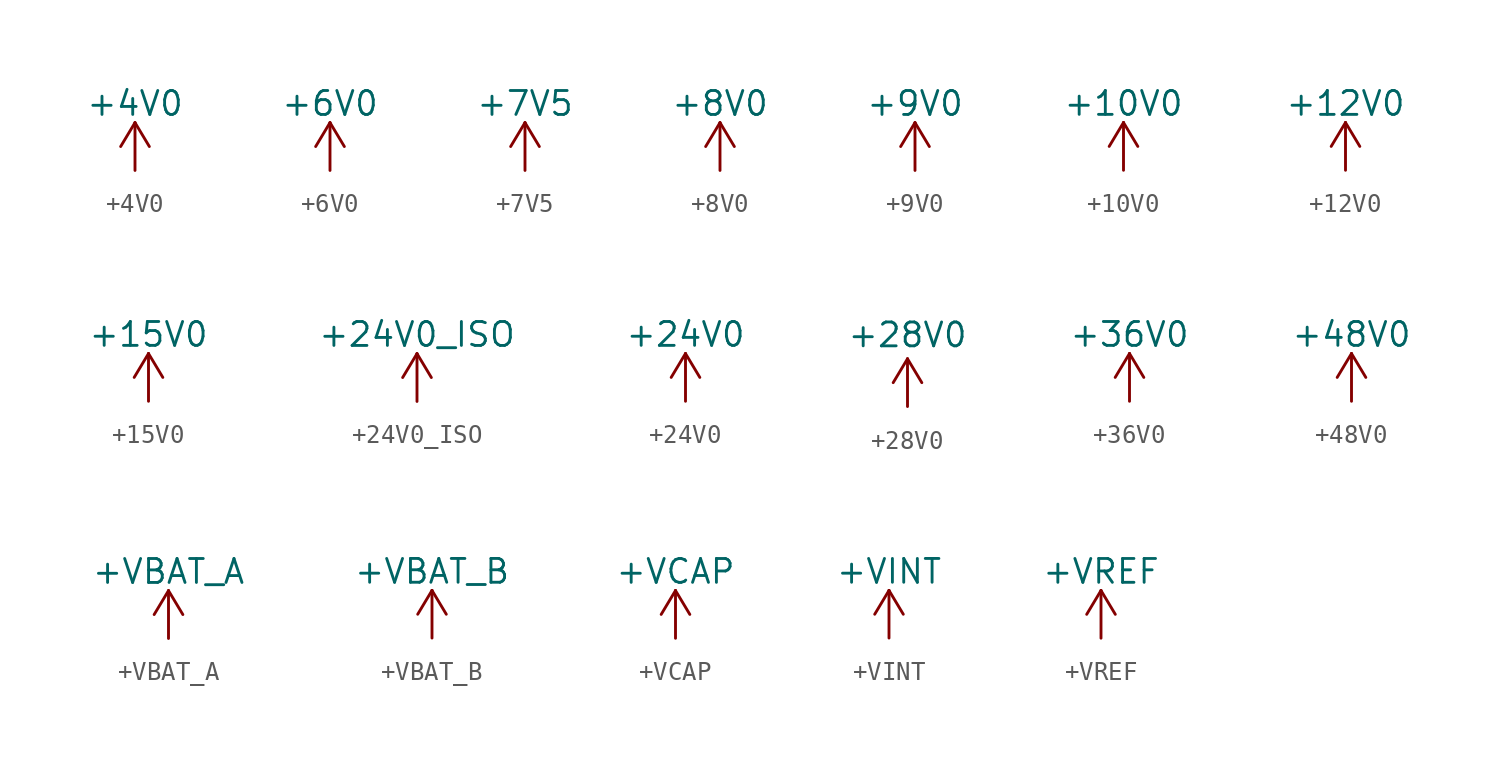
<source format=kicad_sym>
(kicad_symbol_lib
  (version 20211014)
  (generator kicad_symbol_editor)
  (symbol "+4V0"
    (power)
    (pin_names
      (offset 0))
    (property "Reference" "#PWR"
      (at 0 -3.81 0)
      (effects (font (size 1.27 1.27)) hide))
    (property "Value" "+4V0"
      (at 0 3.556 0)
      (effects (font (size 1.27 1.27))))
    (symbol "+4V0_0_1"
      (polyline (pts (xy -0.762 1.27) (xy 0 2.54)) (stroke (width 0) (type default) (color 0 0 0 0)) (fill (type none)))
      (polyline (pts (xy 0 0) (xy 0 2.54)) (stroke (width 0) (type default) (color 0 0 0 0)) (fill (type none)))
      (polyline (pts (xy 0 2.54) (xy 0.762 1.27)) (stroke (width 0) (type default) (color 0 0 0 0)) (fill (type none))))
    (symbol "+4V0_1_1"
      (pin power_in line (at 0 0 90) (length 0) hide (name "+4V" (effects (font (size 1.27 1.27)))) (number "1" (effects (font (size 1.27 1.27)))))))
  (symbol "+6V0"
    (power)
    (pin_names
      (offset 0))
    (property "Reference" "#PWR"
      (at 0 -3.81 0)
      (effects (font (size 1.27 1.27)) hide))
    (property "Value" "+6V0"
      (at 0 3.556 0)
      (effects (font (size 1.27 1.27))))
    (symbol "+6V0_0_1"
      (polyline (pts (xy -0.762 1.27) (xy 0 2.54)) (stroke (width 0) (type default) (color 0 0 0 0)) (fill (type none)))
      (polyline (pts (xy 0 0) (xy 0 2.54)) (stroke (width 0) (type default) (color 0 0 0 0)) (fill (type none)))
      (polyline (pts (xy 0 2.54) (xy 0.762 1.27)) (stroke (width 0) (type default) (color 0 0 0 0)) (fill (type none))))
    (symbol "+6V0_1_1"
      (pin power_in line (at 0 0 90) (length 0) hide (name "+6V" (effects (font (size 1.27 1.27)))) (number "1" (effects (font (size 1.27 1.27)))))))
  (symbol "+7V5"
    (power)
    (pin_names
      (offset 0))
    (property "Reference" "#PWR"
      (at 0 -3.81 0)
      (effects (font (size 1.27 1.27)) hide))
    (property "Value" "+7V5"
      (at 0 3.556 0)
      (effects (font (size 1.27 1.27))))
    (symbol "+7V5_0_1"
      (polyline (pts (xy -0.762 1.27) (xy 0 2.54)) (stroke (width 0) (type default) (color 0 0 0 0)) (fill (type none)))
      (polyline (pts (xy 0 0) (xy 0 2.54)) (stroke (width 0) (type default) (color 0 0 0 0)) (fill (type none)))
      (polyline (pts (xy 0 2.54) (xy 0.762 1.27)) (stroke (width 0) (type default) (color 0 0 0 0)) (fill (type none))))
    (symbol "+7V5_1_1"
      (pin power_in line (at 0 0 90) (length 0) hide (name "+7.5V" (effects (font (size 1.27 1.27)))) (number "1" (effects (font (size 1.27 1.27)))))))
  (symbol "+8V0"
    (power)
    (pin_names
      (offset 0))
    (property "Reference" "#PWR"
      (at 0 -3.81 0)
      (effects (font (size 1.27 1.27)) hide))
    (property "Value" "+8V0"
      (at 0 3.556 0)
      (effects (font (size 1.27 1.27))))
    (symbol "+8V0_0_1"
      (polyline (pts (xy -0.762 1.27) (xy 0 2.54)) (stroke (width 0) (type default) (color 0 0 0 0)) (fill (type none)))
      (polyline (pts (xy 0 0) (xy 0 2.54)) (stroke (width 0) (type default) (color 0 0 0 0)) (fill (type none)))
      (polyline (pts (xy 0 2.54) (xy 0.762 1.27)) (stroke (width 0) (type default) (color 0 0 0 0)) (fill (type none))))
    (symbol "+8V0_1_1"
      (pin power_in line (at 0 0 90) (length 0) hide (name "+8V" (effects (font (size 1.27 1.27)))) (number "1" (effects (font (size 1.27 1.27)))))))
  (symbol "+9V0"
    (power)
    (pin_names
      (offset 0))
    (property "Reference" "#PWR"
      (at 0 -3.81 0)
      (effects (font (size 1.27 1.27)) hide))
    (property "Value" "+9V0"
      (at 0 3.556 0)
      (effects (font (size 1.27 1.27))))
    (symbol "+9V0_0_1"
      (polyline (pts (xy -0.762 1.27) (xy 0 2.54)) (stroke (width 0) (type default) (color 0 0 0 0)) (fill (type none)))
      (polyline (pts (xy 0 0) (xy 0 2.54)) (stroke (width 0) (type default) (color 0 0 0 0)) (fill (type none)))
      (polyline (pts (xy 0 2.54) (xy 0.762 1.27)) (stroke (width 0) (type default) (color 0 0 0 0)) (fill (type none))))
    (symbol "+9V0_1_1"
      (pin power_in line (at 0 0 90) (length 0) hide (name "+9V" (effects (font (size 1.27 1.27)))) (number "1" (effects (font (size 1.27 1.27)))))))
  (symbol "+10V0"
    (power)
    (pin_names
      (offset 0))
    (property "Reference" "#PWR"
      (at 0 -3.81 0)
      (effects (font (size 1.27 1.27)) hide))
    (property "Value" "+10V0"
      (at 0 3.556 0)
      (effects (font (size 1.27 1.27))))
    (symbol "+10V0_0_1"
      (polyline (pts (xy -0.762 1.27) (xy 0 2.54)) (stroke (width 0) (type default) (color 0 0 0 0)) (fill (type none)))
      (polyline (pts (xy 0 0) (xy 0 2.54)) (stroke (width 0) (type default) (color 0 0 0 0)) (fill (type none)))
      (polyline (pts (xy 0 2.54) (xy 0.762 1.27)) (stroke (width 0) (type default) (color 0 0 0 0)) (fill (type none))))
    (symbol "+10V0_1_1"
      (pin power_in line (at 0 0 90) (length 0) hide (name "+10V" (effects (font (size 1.27 1.27)))) (number "1" (effects (font (size 1.27 1.27)))))))
  (symbol "+12V0"
    (power)
    (pin_names
      (offset 0))
    (property "Reference" "#PWR"
      (at 0 -3.81 0)
      (effects (font (size 1.27 1.27)) hide))
    (property "Value" "+12V0"
      (at 0 3.556 0)
      (effects (font (size 1.27 1.27))))
    (symbol "+12V0_0_1"
      (polyline (pts (xy -0.762 1.27) (xy 0 2.54)) (stroke (width 0) (type default) (color 0 0 0 0)) (fill (type none)))
      (polyline (pts (xy 0 0) (xy 0 2.54)) (stroke (width 0) (type default) (color 0 0 0 0)) (fill (type none)))
      (polyline (pts (xy 0 2.54) (xy 0.762 1.27)) (stroke (width 0) (type default) (color 0 0 0 0)) (fill (type none))))
    (symbol "+12V0_1_1"
      (pin power_in line (at 0 0 90) (length 0) hide (name "+12V" (effects (font (size 1.27 1.27)))) (number "1" (effects (font (size 1.27 1.27)))))))
  (symbol "+15V0"
    (power)
    (pin_names
      (offset 0))
    (property "Reference" "#PWR"
      (at 0 -3.81 0)
      (effects (font (size 1.27 1.27)) hide))
    (property "Value" "+15V0"
      (at 0 3.556 0)
      (effects (font (size 1.27 1.27))))
    (symbol "+15V0_0_1"
      (polyline (pts (xy -0.762 1.27) (xy 0 2.54)) (stroke (width 0) (type default) (color 0 0 0 0)) (fill (type none)))
      (polyline (pts (xy 0 0) (xy 0 2.54)) (stroke (width 0) (type default) (color 0 0 0 0)) (fill (type none)))
      (polyline (pts (xy 0 2.54) (xy 0.762 1.27)) (stroke (width 0) (type default) (color 0 0 0 0)) (fill (type none))))
    (symbol "+15V0_1_1"
      (pin power_in line (at 0 0 90) (length 0) hide (name "+15V" (effects (font (size 1.27 1.27)))) (number "1" (effects (font (size 1.27 1.27)))))))
  (symbol "+24V0_ISO"
    (power)
    (pin_names
      (offset 0))
    (property "Reference" "#PWR"
      (at 0 -3.81 0)
      (effects (font (size 1.27 1.27)) hide))
    (property "Value" "+24V0_ISO"
      (at 0 3.556 0)
      (effects (font (size 1.27 1.27))))
    (symbol "+24V0_ISO_0_1"
      (polyline (pts (xy -0.762 1.27) (xy 0 2.54)) (stroke (width 0) (type default) (color 0 0 0 0)) (fill (type none)))
      (polyline (pts (xy 0 0) (xy 0 2.54)) (stroke (width 0) (type default) (color 0 0 0 0)) (fill (type none)))
      (polyline (pts (xy 0 2.54) (xy 0.762 1.27)) (stroke (width 0) (type default) (color 0 0 0 0)) (fill (type none))))
    (symbol "+24V0_ISO_1_1"
      (pin power_in line (at 0 0 90) (length 0) hide (name "+24V" (effects (font (size 1.27 1.27)))) (number "1" (effects (font (size 1.27 1.27)))))))
  (symbol "+24V0"
    (power)
    (pin_names
      (offset 0))
    (property "Reference" "#PWR"
      (at 0 -3.81 0)
      (effects (font (size 1.27 1.27)) hide))
    (property "Value" "+24V0"
      (at 0 3.556 0)
      (effects (font (size 1.27 1.27))))
    (symbol "+24V0_0_1"
      (polyline (pts (xy -0.762 1.27) (xy 0 2.54)) (stroke (width 0) (type default) (color 0 0 0 0)) (fill (type none)))
      (polyline (pts (xy 0 0) (xy 0 2.54)) (stroke (width 0) (type default) (color 0 0 0 0)) (fill (type none)))
      (polyline (pts (xy 0 2.54) (xy 0.762 1.27)) (stroke (width 0) (type default) (color 0 0 0 0)) (fill (type none))))
    (symbol "+24V0_1_1"
      (pin power_in line (at 0 0 90) (length 0) hide (name "+24V" (effects (font (size 1.27 1.27)))) (number "1" (effects (font (size 1.27 1.27)))))))
  (symbol "+28V0"
    (power)
    (pin_names
      (offset 0))
    (property "Reference" "#PWR"
      (at 0 -3.81 0)
      (effects (font (size 1.27 1.27)) hide))
    (property "Value" "+28V0"
      (at 0 3.81 0)
      (effects (font (size 1.27 1.27))))
    (symbol "+28V0_0_1"
      (polyline (pts (xy -0.762 1.27) (xy 0 2.54)) (stroke (width 0) (type default) (color 0 0 0 0)) (fill (type none)))
      (polyline (pts (xy 0 0) (xy 0 2.54)) (stroke (width 0) (type default) (color 0 0 0 0)) (fill (type none)))
      (polyline (pts (xy 0 2.54) (xy 0.762 1.27)) (stroke (width 0) (type default) (color 0 0 0 0)) (fill (type none))))
    (symbol "+28V0_1_1"
      (pin power_in line (at 0 0 90) (length 0) hide (name "+28V" (effects (font (size 1.27 1.27)))) (number "1" (effects (font (size 1.27 1.27)))))))
  (symbol "+36V0"
    (power)
    (pin_names
      (offset 0))
    (property "Reference" "#PWR"
      (at 0 -3.81 0)
      (effects (font (size 1.27 1.27)) hide))
    (property "Value" "+36V0"
      (at 0 3.556 0)
      (effects (font (size 1.27 1.27))))
    (symbol "+36V0_0_1"
      (polyline (pts (xy -0.762 1.27) (xy 0 2.54)) (stroke (width 0) (type default) (color 0 0 0 0)) (fill (type none)))
      (polyline (pts (xy 0 0) (xy 0 2.54)) (stroke (width 0) (type default) (color 0 0 0 0)) (fill (type none)))
      (polyline (pts (xy 0 2.54) (xy 0.762 1.27)) (stroke (width 0) (type default) (color 0 0 0 0)) (fill (type none))))
    (symbol "+36V0_1_1"
      (pin power_in line (at 0 0 90) (length 0) hide (name "+36V" (effects (font (size 1.27 1.27)))) (number "1" (effects (font (size 1.27 1.27)))))))
  (symbol "+48V0"
    (power)
    (pin_names
      (offset 0))
    (property "Reference" "#PWR"
      (at 0 -3.81 0)
      (effects (font (size 1.27 1.27)) hide))
    (property "Value" "+48V0"
      (at 0 3.556 0)
      (effects (font (size 1.27 1.27))))
    (symbol "+48V0_0_1"
      (polyline (pts (xy -0.762 1.27) (xy 0 2.54)) (stroke (width 0) (type default) (color 0 0 0 0)) (fill (type none)))
      (polyline (pts (xy 0 0) (xy 0 2.54)) (stroke (width 0) (type default) (color 0 0 0 0)) (fill (type none)))
      (polyline (pts (xy 0 2.54) (xy 0.762 1.27)) (stroke (width 0) (type default) (color 0 0 0 0)) (fill (type none))))
    (symbol "+48V0_1_1"
      (pin power_in line (at 0 0 90) (length 0) hide (name "+48V" (effects (font (size 1.27 1.27)))) (number "1" (effects (font (size 1.27 1.27)))))))
  (symbol "+VBAT_A"
    (power)
    (pin_names
      (offset 0))
    (property "Reference" "#PWR"
      (at 0 -3.81 0)
      (effects (font (size 1.27 1.27)) hide))
    (property "Value" "+VBAT_A"
      (at 0 3.556 0)
      (effects (font (size 1.27 1.27))))
    (symbol "+VBAT_A_0_1"
      (polyline (pts (xy -0.762 1.27) (xy 0 2.54)) (stroke (width 0) (type default) (color 0 0 0 0)) (fill (type none)))
      (polyline (pts (xy 0 0) (xy 0 2.54)) (stroke (width 0) (type default) (color 0 0 0 0)) (fill (type none)))
      (polyline (pts (xy 0 2.54) (xy 0.762 1.27)) (stroke (width 0) (type default) (color 0 0 0 0)) (fill (type none))))
    (symbol "+VBAT_A_1_1"
      (pin power_in line (at 0 0 90) (length 0) hide (name "+VSW" (effects (font (size 1.27 1.27)))) (number "1" (effects (font (size 1.27 1.27)))))))
  (symbol "+VBAT_B"
    (power)
    (pin_names
      (offset 0))
    (property "Reference" "#PWR"
      (at 0 -3.81 0)
      (effects (font (size 1.27 1.27)) hide))
    (property "Value" "+VBAT_B"
      (at 0 3.556 0)
      (effects (font (size 1.27 1.27))))
    (symbol "+VBAT_B_0_1"
      (polyline (pts (xy -0.762 1.27) (xy 0 2.54)) (stroke (width 0) (type default) (color 0 0 0 0)) (fill (type none)))
      (polyline (pts (xy 0 0) (xy 0 2.54)) (stroke (width 0) (type default) (color 0 0 0 0)) (fill (type none)))
      (polyline (pts (xy 0 2.54) (xy 0.762 1.27)) (stroke (width 0) (type default) (color 0 0 0 0)) (fill (type none))))
    (symbol "+VBAT_B_1_1"
      (pin power_in line (at 0 0 90) (length 0) hide (name "+VSW" (effects (font (size 1.27 1.27)))) (number "1" (effects (font (size 1.27 1.27)))))))
  (symbol "+VCAP"
    (power)
    (pin_names
      (offset 0))
    (property "Reference" "#PWR"
      (at 0 -3.81 0)
      (effects (font (size 1.27 1.27)) hide))
    (property "Value" "+VCAP"
      (at 0 3.556 0)
      (effects (font (size 1.27 1.27))))
    (symbol "+VCAP_0_1"
      (polyline (pts (xy -0.762 1.27) (xy 0 2.54)) (stroke (width 0) (type default) (color 0 0 0 0)) (fill (type none)))
      (polyline (pts (xy 0 0) (xy 0 2.54)) (stroke (width 0) (type default) (color 0 0 0 0)) (fill (type none)))
      (polyline (pts (xy 0 2.54) (xy 0.762 1.27)) (stroke (width 0) (type default) (color 0 0 0 0)) (fill (type none))))
    (symbol "+VCAP_1_1"
      (pin power_in line (at 0 0 90) (length 0) hide (name "+VSW" (effects (font (size 1.27 1.27)))) (number "1" (effects (font (size 1.27 1.27)))))))
  (symbol "+VINT"
    (power)
    (pin_names
      (offset 0))
    (property "Reference" "#PWR"
      (at 0 -3.81 0)
      (effects (font (size 1.27 1.27)) hide))
    (property "Value" "+VINT"
      (at 0 3.556 0)
      (effects (font (size 1.27 1.27))))
    (symbol "+VINT_0_1"
      (polyline (pts (xy -0.762 1.27) (xy 0 2.54)) (stroke (width 0) (type default) (color 0 0 0 0)) (fill (type none)))
      (polyline (pts (xy 0 0) (xy 0 2.54)) (stroke (width 0) (type default) (color 0 0 0 0)) (fill (type none)))
      (polyline (pts (xy 0 2.54) (xy 0.762 1.27)) (stroke (width 0) (type default) (color 0 0 0 0)) (fill (type none))))
    (symbol "+VINT_1_1"
      (pin power_in line (at 0 0 90) (length 0) hide (name "+VSW" (effects (font (size 1.27 1.27)))) (number "1" (effects (font (size 1.27 1.27)))))))
  (symbol "+VREF"
    (power)
    (pin_names
      (offset 0))
    (property "Reference" "#PWR"
      (at 0 -3.81 0)
      (effects (font (size 1.27 1.27)) hide))
    (property "Value" "+VREF"
      (at 0 3.556 0)
      (effects (font (size 1.27 1.27))))
    (symbol "+VREF_0_1"
      (polyline (pts (xy -0.762 1.27) (xy 0 2.54)) (stroke (width 0) (type default) (color 0 0 0 0)) (fill (type none)))
      (polyline (pts (xy 0 0) (xy 0 2.54)) (stroke (width 0) (type default) (color 0 0 0 0)) (fill (type none)))
      (polyline (pts (xy 0 2.54) (xy 0.762 1.27)) (stroke (width 0) (type default) (color 0 0 0 0)) (fill (type none))))
    (symbol "+VREF_1_1"
      (pin power_in line (at 0 0 90) (length 0) hide (name "+VSW" (effects (font (size 1.27 1.27)))) (number "1" (effects (font (size 1.27 1.27))))))))
</source>
